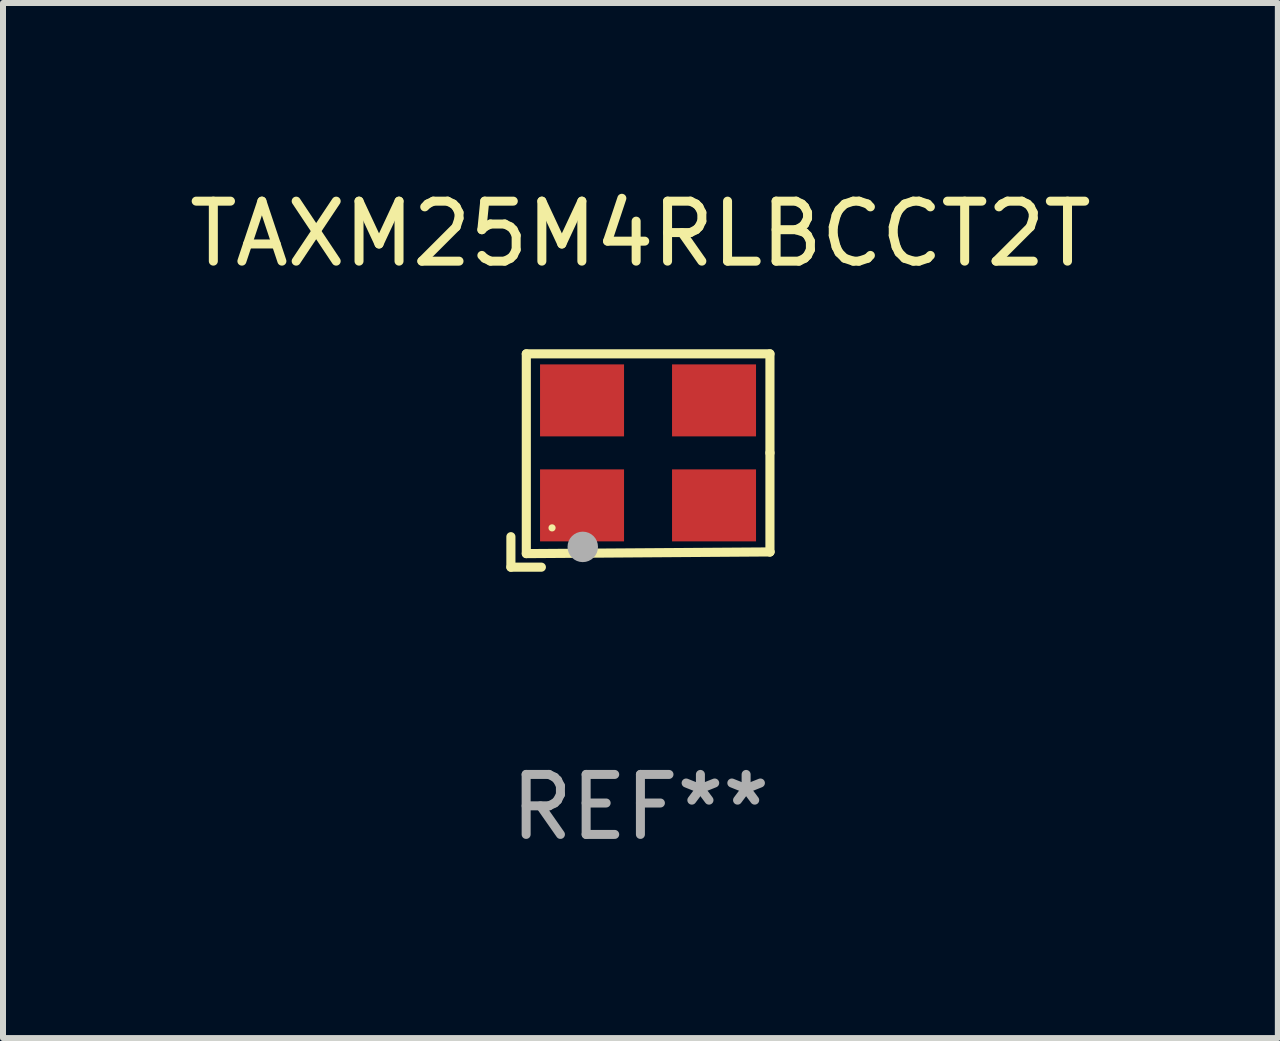
<source format=kicad_pcb>
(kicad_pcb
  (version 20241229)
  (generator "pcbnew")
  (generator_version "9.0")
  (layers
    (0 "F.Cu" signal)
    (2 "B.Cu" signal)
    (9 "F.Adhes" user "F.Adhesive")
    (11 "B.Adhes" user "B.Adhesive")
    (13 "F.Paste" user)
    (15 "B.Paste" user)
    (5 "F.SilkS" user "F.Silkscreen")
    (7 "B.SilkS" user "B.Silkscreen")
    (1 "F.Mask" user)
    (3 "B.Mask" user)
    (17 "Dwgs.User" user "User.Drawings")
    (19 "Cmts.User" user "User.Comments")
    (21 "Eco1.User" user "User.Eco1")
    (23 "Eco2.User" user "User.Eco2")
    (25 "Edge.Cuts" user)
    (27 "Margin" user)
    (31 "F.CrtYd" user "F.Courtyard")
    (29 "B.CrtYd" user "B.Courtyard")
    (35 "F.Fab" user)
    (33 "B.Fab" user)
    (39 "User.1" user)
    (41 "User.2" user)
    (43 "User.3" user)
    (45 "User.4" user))
  (footprint "TAXM25M4RLBCCT2T"
    (layer "F.Cu")
    (at 7.625 4.626)
    (property "Reference" "TAXM25M4RLBCCT2T" (at 0 -3.778 0) (layer "F.SilkS") (effects (font (size 1 1) (thickness 0.15))))
    (attr through_hole)
    (fp_line (start -2.159 1.27) (end -2.159 1.778) (stroke (width 0.152) (type solid)) (layer "F.SilkS"))
    (fp_line (start -2.159 1.778) (end -1.651 1.778) (stroke (width 0.152) (type solid)) (layer "F.SilkS"))
    (fp_line (start -1.902 -1.778) (end 2.159 -1.778) (stroke (width 0.152) (type solid)) (layer "F.SilkS"))
    (fp_line (start -1.902 1.552) (end -1.902 -1.778) (stroke (width 0.152) (type solid)) (layer "F.SilkS"))
    (fp_line (start 2.159 -1.778) (end 2.159 -0.127) (stroke (width 0.152) (type solid)) (layer "F.SilkS"))
    (fp_line (start 2.159 -0.127) (end 2.159 1.524) (stroke (width 0.152) (type solid)) (layer "F.SilkS"))
    (fp_line (start 2.159 1.524) (end -1.902 1.552) (stroke (width 0.152) (type solid)) (layer "F.SilkS"))
    (fp_line (start 2.159 1.524) (end 2.159 1.524) (stroke (width 0.152) (type solid)) (layer "F.SilkS"))
    (fp_circle (center -1.473 1.123) (end -1.443 1.123) (stroke (width 0.06) (type solid)) (fill no) (layer "F.SilkS"))
    (fp_circle (center -0.961 1.44) (end -0.834 1.44) (stroke (width 0.254) (type solid)) (fill no) (layer "F.Fab"))
    (fp_text user "REF**" (at 0 5.778 0) (layer "F.Fab") (effects (font (size 1 1) (thickness 0.15))))
    (pad "1" smd rect (at -0.973 0.748) (size 1.4 1.2) (layers "F.Cu" "F.Mask" "F.Paste"))
    (pad "2" smd rect (at 1.227 0.748) (size 1.4 1.2) (layers "F.Cu" "F.Mask" "F.Paste"))
    (pad "3" smd rect (at 1.227 -1.002) (size 1.4 1.2) (layers "F.Cu" "F.Mask" "F.Paste"))
    (pad "4" smd rect (at -0.973 -1.002) (size 1.4 1.2) (layers "F.Cu" "F.Mask" "F.Paste")))
  (gr_rect
    (start -3 -3)
    (end 18.25 14.253)
    (stroke (width 0.1) (type default))
    (fill no)
    (layer "Edge.Cuts")))
</source>
